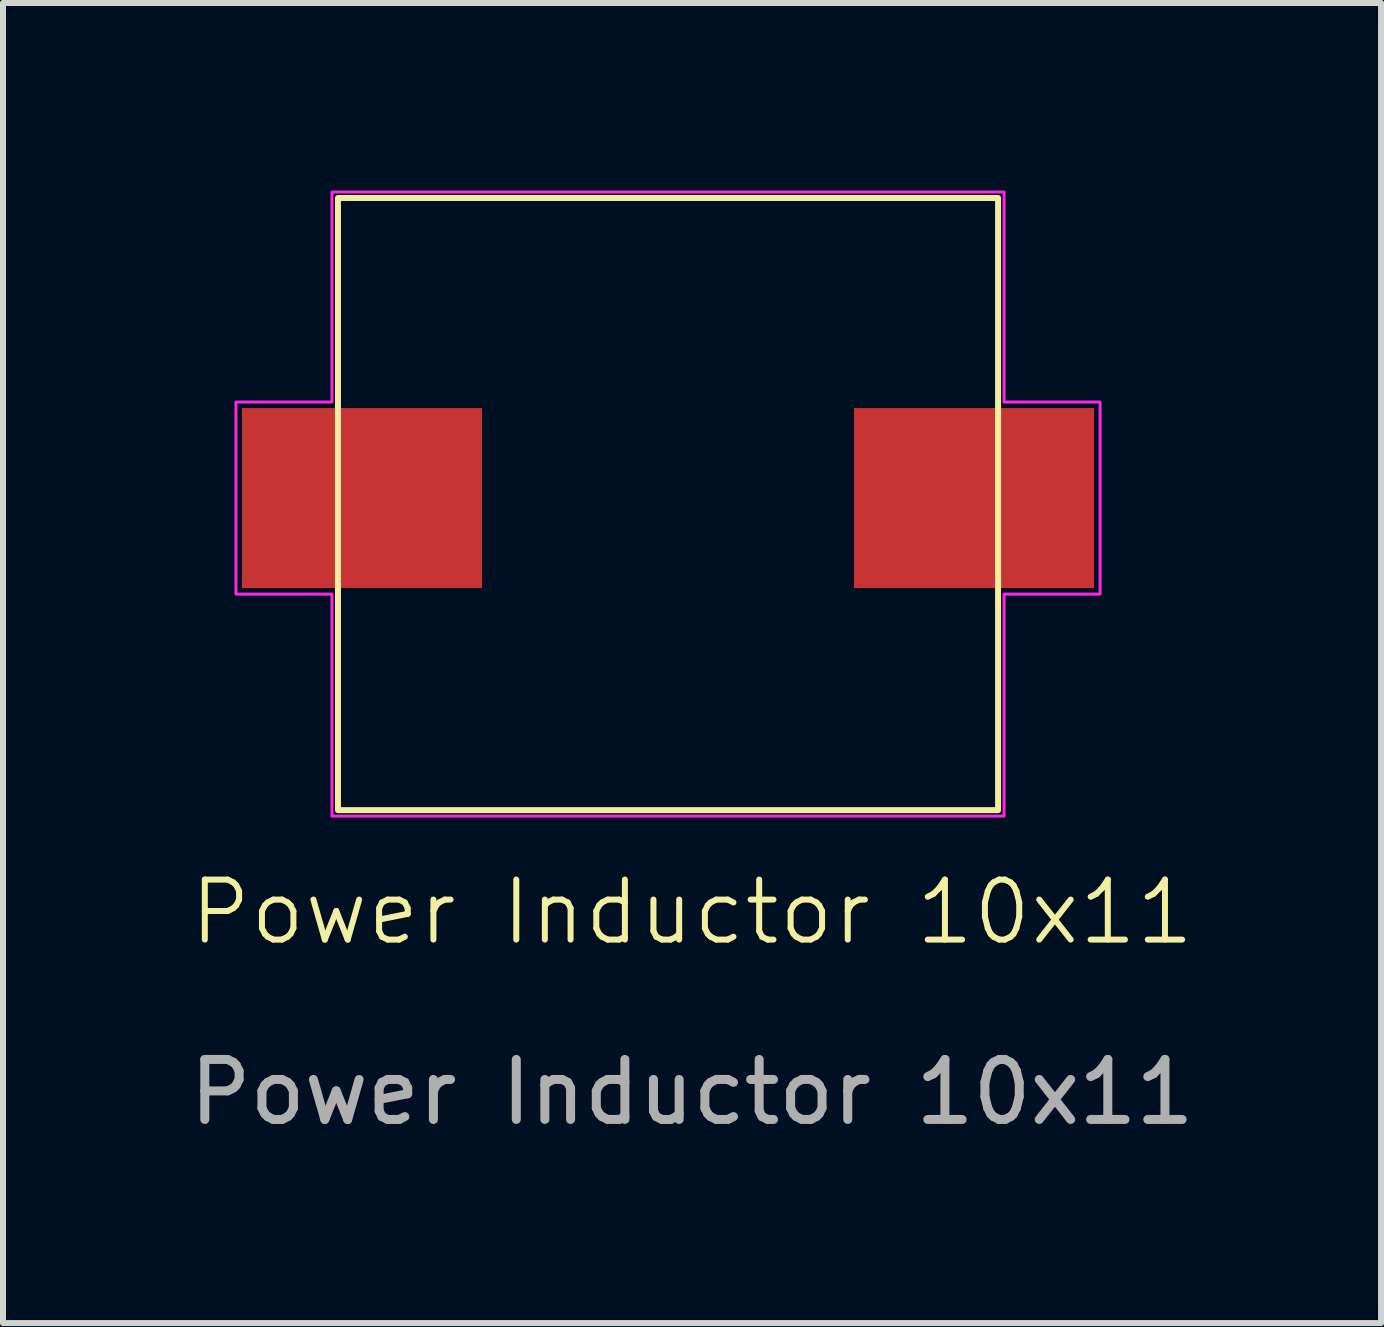
<source format=kicad_pcb>
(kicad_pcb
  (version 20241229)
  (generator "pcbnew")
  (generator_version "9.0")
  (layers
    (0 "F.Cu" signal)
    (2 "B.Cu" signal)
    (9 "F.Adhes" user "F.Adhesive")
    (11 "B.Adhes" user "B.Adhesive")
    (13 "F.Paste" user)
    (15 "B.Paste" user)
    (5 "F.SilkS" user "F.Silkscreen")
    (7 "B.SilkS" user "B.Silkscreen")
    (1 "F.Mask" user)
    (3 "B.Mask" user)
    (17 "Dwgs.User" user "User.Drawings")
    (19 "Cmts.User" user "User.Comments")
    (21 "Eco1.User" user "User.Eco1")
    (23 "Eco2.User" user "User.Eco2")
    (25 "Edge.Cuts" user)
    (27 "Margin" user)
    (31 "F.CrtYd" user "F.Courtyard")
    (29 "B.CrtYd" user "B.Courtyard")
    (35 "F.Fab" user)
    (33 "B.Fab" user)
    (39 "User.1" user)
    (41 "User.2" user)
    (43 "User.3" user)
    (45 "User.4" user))
  (footprint "Power Inductor 10x11"
    (layer "F.Cu")
    (at 2.582 0.25)
    (property "Reference" "Power Inductor 10x11" (at 5.9 11.9 0) (unlocked yes) (layer "F.SilkS") (effects (font (size 1 1) (thickness 0.1))))
    (attr smd)
    (fp_rect (start 0 0) (end 11 10.2) (stroke (width 0.1) (type default)) (fill no) (layer "F.SilkS"))
    (fp_poly (pts (xy -1.7 3.4) (xy -0.1 3.4) (xy -0.1 -0.1) (xy 11.1 -0.1) (xy 11.1 3.4) (xy 12.7 3.4) (xy 12.7 6.6) (xy 11.1 6.6) (xy 11.1 10.3) (xy -0.1 10.3) (xy -0.1 6.6) (xy -1.7 6.6)) (stroke (width 0.05) (type solid)) (fill no) (layer "F.CrtYd"))
    (fp_text user "${REFERENCE}" (at 5.9 14.9 0) (unlocked yes) (layer "F.Fab") (effects (font (size 1 1) (thickness 0.15))))
    (pad "1" smd rect (at 0.4 5) (size 4 3) (layers "F.Cu" "F.Mask" "F.Paste"))
    (pad "2" smd rect (at 10.6 5) (size 4 3) (layers "F.Cu" "F.Mask" "F.Paste")))
  (gr_rect
    (start -3 -3)
    (end 19.964 18.998)
    (stroke (width 0.1) (type default))
    (fill no)
    (layer "Edge.Cuts")))
</source>
